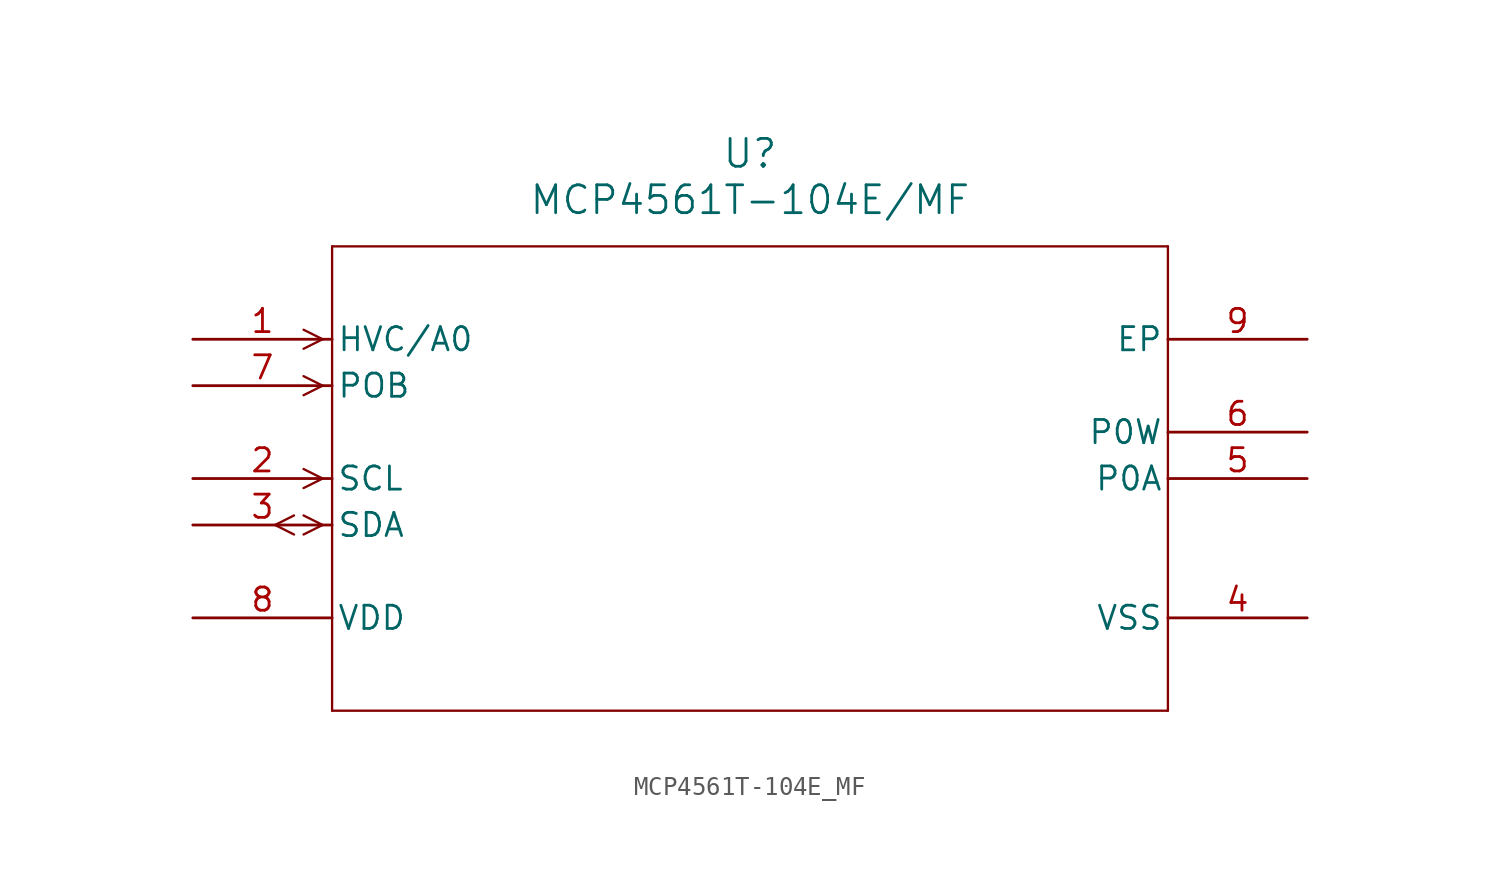
<source format=kicad_sym>
(kicad_symbol_lib
  (version 20211014)
  (generator kicad_symbol_editor)
  (symbol "MCP4561T-104E_MF"
    (pin_names
      (offset 0.254))
    (property "Reference" "U"
      (at 30.48 10.16 0)
      (effects (font (size 1.524 1.524))))
    (property "Value" "MCP4561T-104E/MF"
      (at 30.48 7.62 0)
      (effects (font (size 1.524 1.524))))
    (symbol "MCP4561T-104E_MF_0_1"
      (polyline (pts (xy 7.099 0) (xy 6.058 0.521)) (stroke (width 0.127) (type default) (color 0 0 0 0)) (fill (type none)))
      (polyline (pts (xy 7.099 0) (xy 6.058 -0.521)) (stroke (width 0.127) (type default) (color 0 0 0 0)) (fill (type none)))
      (polyline (pts (xy 7.099 -2.54) (xy 6.058 -2.019)) (stroke (width 0.127) (type default) (color 0 0 0 0)) (fill (type none)))
      (polyline (pts (xy 7.099 -2.54) (xy 6.058 -3.061)) (stroke (width 0.127) (type default) (color 0 0 0 0)) (fill (type none)))
      (polyline (pts (xy 7.099 -7.62) (xy 6.058 -7.099)) (stroke (width 0.127) (type default) (color 0 0 0 0)) (fill (type none)))
      (polyline (pts (xy 7.099 -7.62) (xy 6.058 -8.141)) (stroke (width 0.127) (type default) (color 0 0 0 0)) (fill (type none)))
      (polyline (pts (xy 7.099 -10.16) (xy 6.058 -9.639)) (stroke (width 0.127) (type default) (color 0 0 0 0)) (fill (type none)))
      (polyline (pts (xy 7.099 -10.16) (xy 6.058 -10.681)) (stroke (width 0.127) (type default) (color 0 0 0 0)) (fill (type none)))
      (polyline (pts (xy 5.537 -9.639) (xy 4.496 -10.16)) (stroke (width 0.127) (type default) (color 0 0 0 0)) (fill (type none)))
      (polyline (pts (xy 5.537 -10.681) (xy 4.496 -10.16)) (stroke (width 0.127) (type default) (color 0 0 0 0)) (fill (type none)))
      (polyline (pts (xy 7.62 5.08) (xy 7.62 -20.32)) (stroke (width 0.127) (type default) (color 0 0 0 0)) (fill (type none)))
      (polyline (pts (xy 7.62 -20.32) (xy 53.34 -20.32)) (stroke (width 0.127) (type default) (color 0 0 0 0)) (fill (type none)))
      (polyline (pts (xy 53.34 -20.32) (xy 53.34 5.08)) (stroke (width 0.127) (type default) (color 0 0 0 0)) (fill (type none)))
      (polyline (pts (xy 53.34 5.08) (xy 7.62 5.08)) (stroke (width 0.127) (type default) (color 0 0 0 0)) (fill (type none)))
      (pin input line (at 0 -2.54 0) (length 7.62) (name "POB" (effects (font (size 1.27 1.27)))) (number "7" (effects (font (size 1.27 1.27)))))
      (pin unspecified line (at 60.96 0 180) (length 7.62) (name "EP" (effects (font (size 1.27 1.27)))) (number "9" (effects (font (size 1.27 1.27)))))
      (pin input line (at 0 0 0) (length 7.62) (name "HVC/A0" (effects (font (size 1.27 1.27)))) (number "1" (effects (font (size 1.27 1.27)))))
      (pin unspecified line (at 60.96 -5.08 180) (length 7.62) (name "P0W" (effects (font (size 1.27 1.27)))) (number "6" (effects (font (size 1.27 1.27)))))
      (pin unspecified line (at 60.96 -7.62 180) (length 7.62) (name "P0A" (effects (font (size 1.27 1.27)))) (number "5" (effects (font (size 1.27 1.27)))))
      (pin input line (at 0 -7.62 0) (length 7.62) (name "SCL" (effects (font (size 1.27 1.27)))) (number "2" (effects (font (size 1.27 1.27)))))
      (pin bidirectional line (at 0 -10.16 0) (length 7.62) (name "SDA" (effects (font (size 1.27 1.27)))) (number "3" (effects (font (size 1.27 1.27)))))
      (pin power_in line (at 0 -15.24 0) (length 7.62) (name "VDD" (effects (font (size 1.27 1.27)))) (number "8" (effects (font (size 1.27 1.27)))))
      (pin power_in line (at 60.96 -15.24 180) (length 7.62) (name "VSS" (effects (font (size 1.27 1.27)))) (number "4" (effects (font (size 1.27 1.27))))))))
</source>
